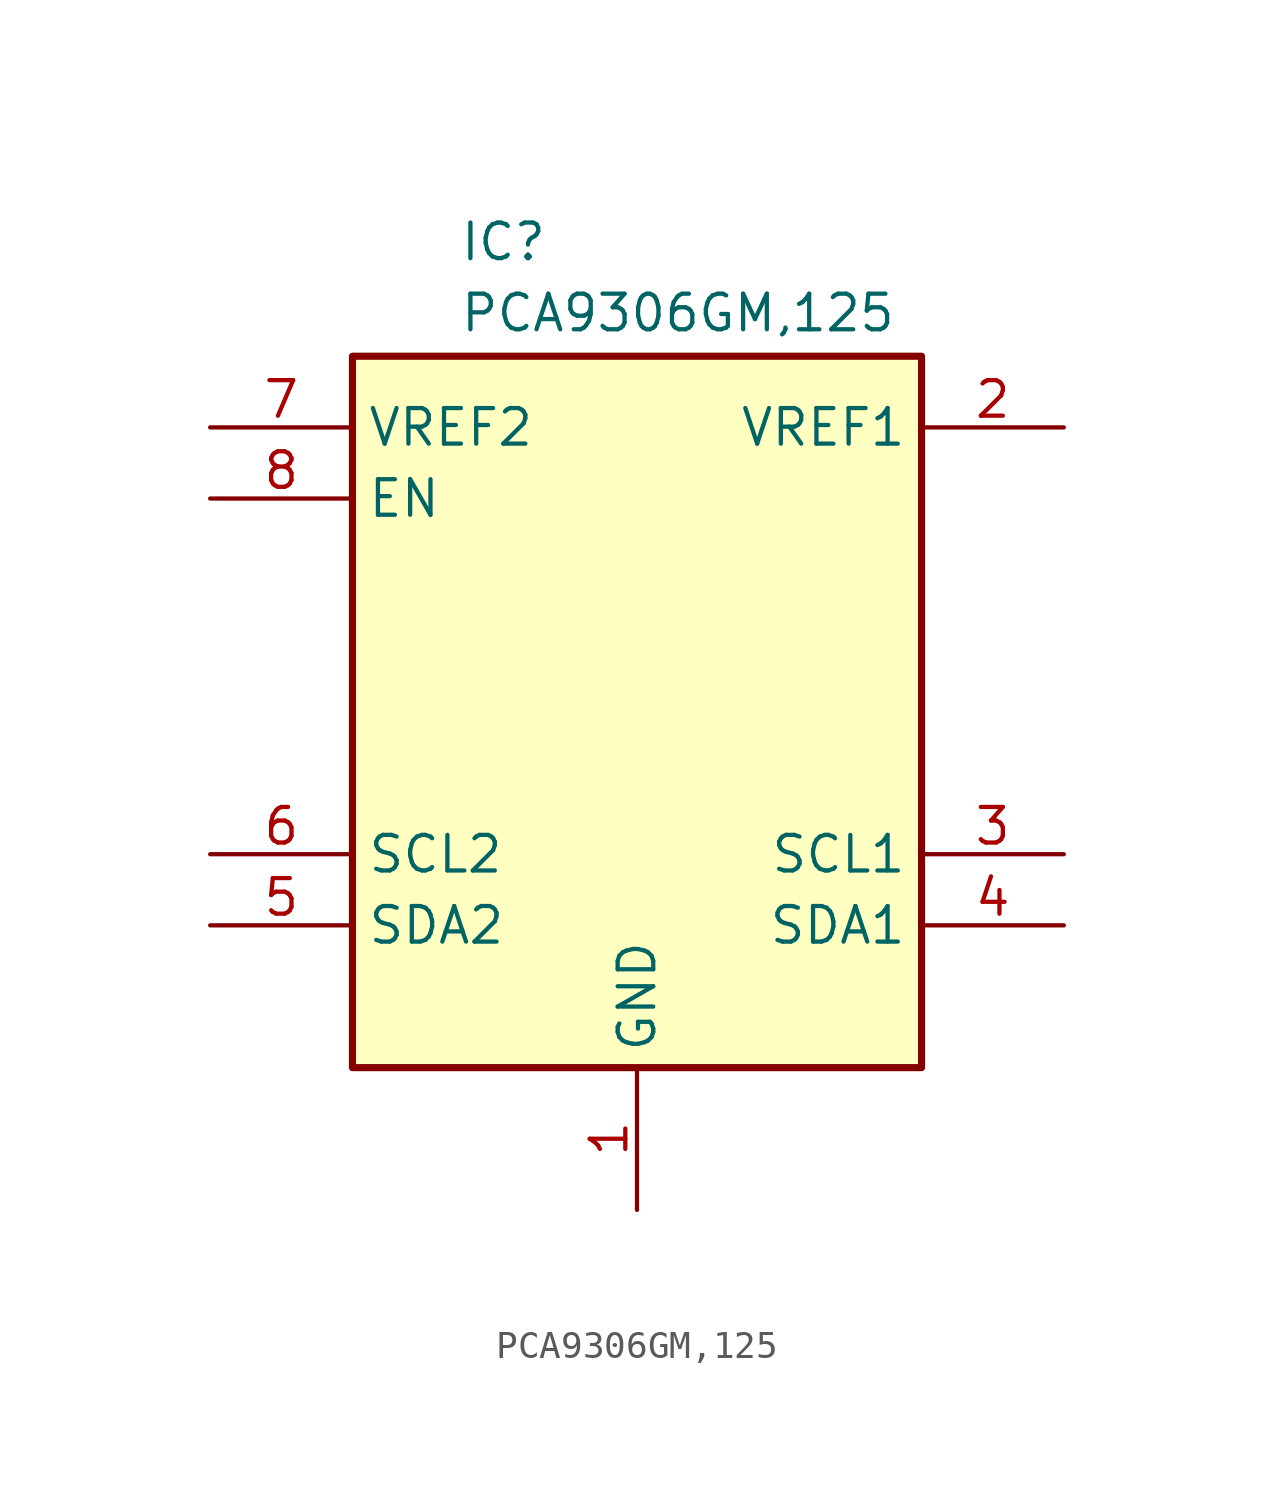
<source format=kicad_sym>
(kicad_symbol_lib
  (version 20231120)
  (generator "kicad_symbol_editor")
  (generator_version "8.0")
  (symbol "PCA9306GM,125"
    (property "Reference" "IC"
      (at 8.89 14.986 0)
      (effects (font (size 1.27 1.27)) (justify left top)))
    (property "Value" "PCA9306GM,125"
      (at 8.89 12.446 0)
      (effects (font (size 1.27 1.27)) (justify left top)))
    (symbol "PCA9306GM,125_1_1"
      (rectangle (start 5.08 10.16) (end 25.4 -15.24) (stroke (width 0.254) (type default)) (fill (type background)))
      (pin passive line (at 15.24 -20.32 90) (length 5.08) (name "GND" (effects (font (size 1.27 1.27)))) (number "1" (effects (font (size 1.27 1.27)))))
      (pin passive line (at 30.48 7.62 180) (length 5.08) (name "VREF1" (effects (font (size 1.27 1.27)))) (number "2" (effects (font (size 1.27 1.27)))))
      (pin passive line (at 30.48 -7.62 180) (length 5.08) (name "SCL1" (effects (font (size 1.27 1.27)))) (number "3" (effects (font (size 1.27 1.27)))))
      (pin passive line (at 30.48 -10.16 180) (length 5.08) (name "SDA1" (effects (font (size 1.27 1.27)))) (number "4" (effects (font (size 1.27 1.27)))))
      (pin passive line (at 0 -10.16 0) (length 5.08) (name "SDA2" (effects (font (size 1.27 1.27)))) (number "5" (effects (font (size 1.27 1.27)))))
      (pin passive line (at 0 -7.62 0) (length 5.08) (name "SCL2" (effects (font (size 1.27 1.27)))) (number "6" (effects (font (size 1.27 1.27)))))
      (pin passive line (at 0 7.62 0) (length 5.08) (name "VREF2" (effects (font (size 1.27 1.27)))) (number "7" (effects (font (size 1.27 1.27)))))
      (pin passive line (at 0 5.08 0) (length 5.08) (name "EN" (effects (font (size 1.27 1.27)))) (number "8" (effects (font (size 1.27 1.27))))))))
</source>
